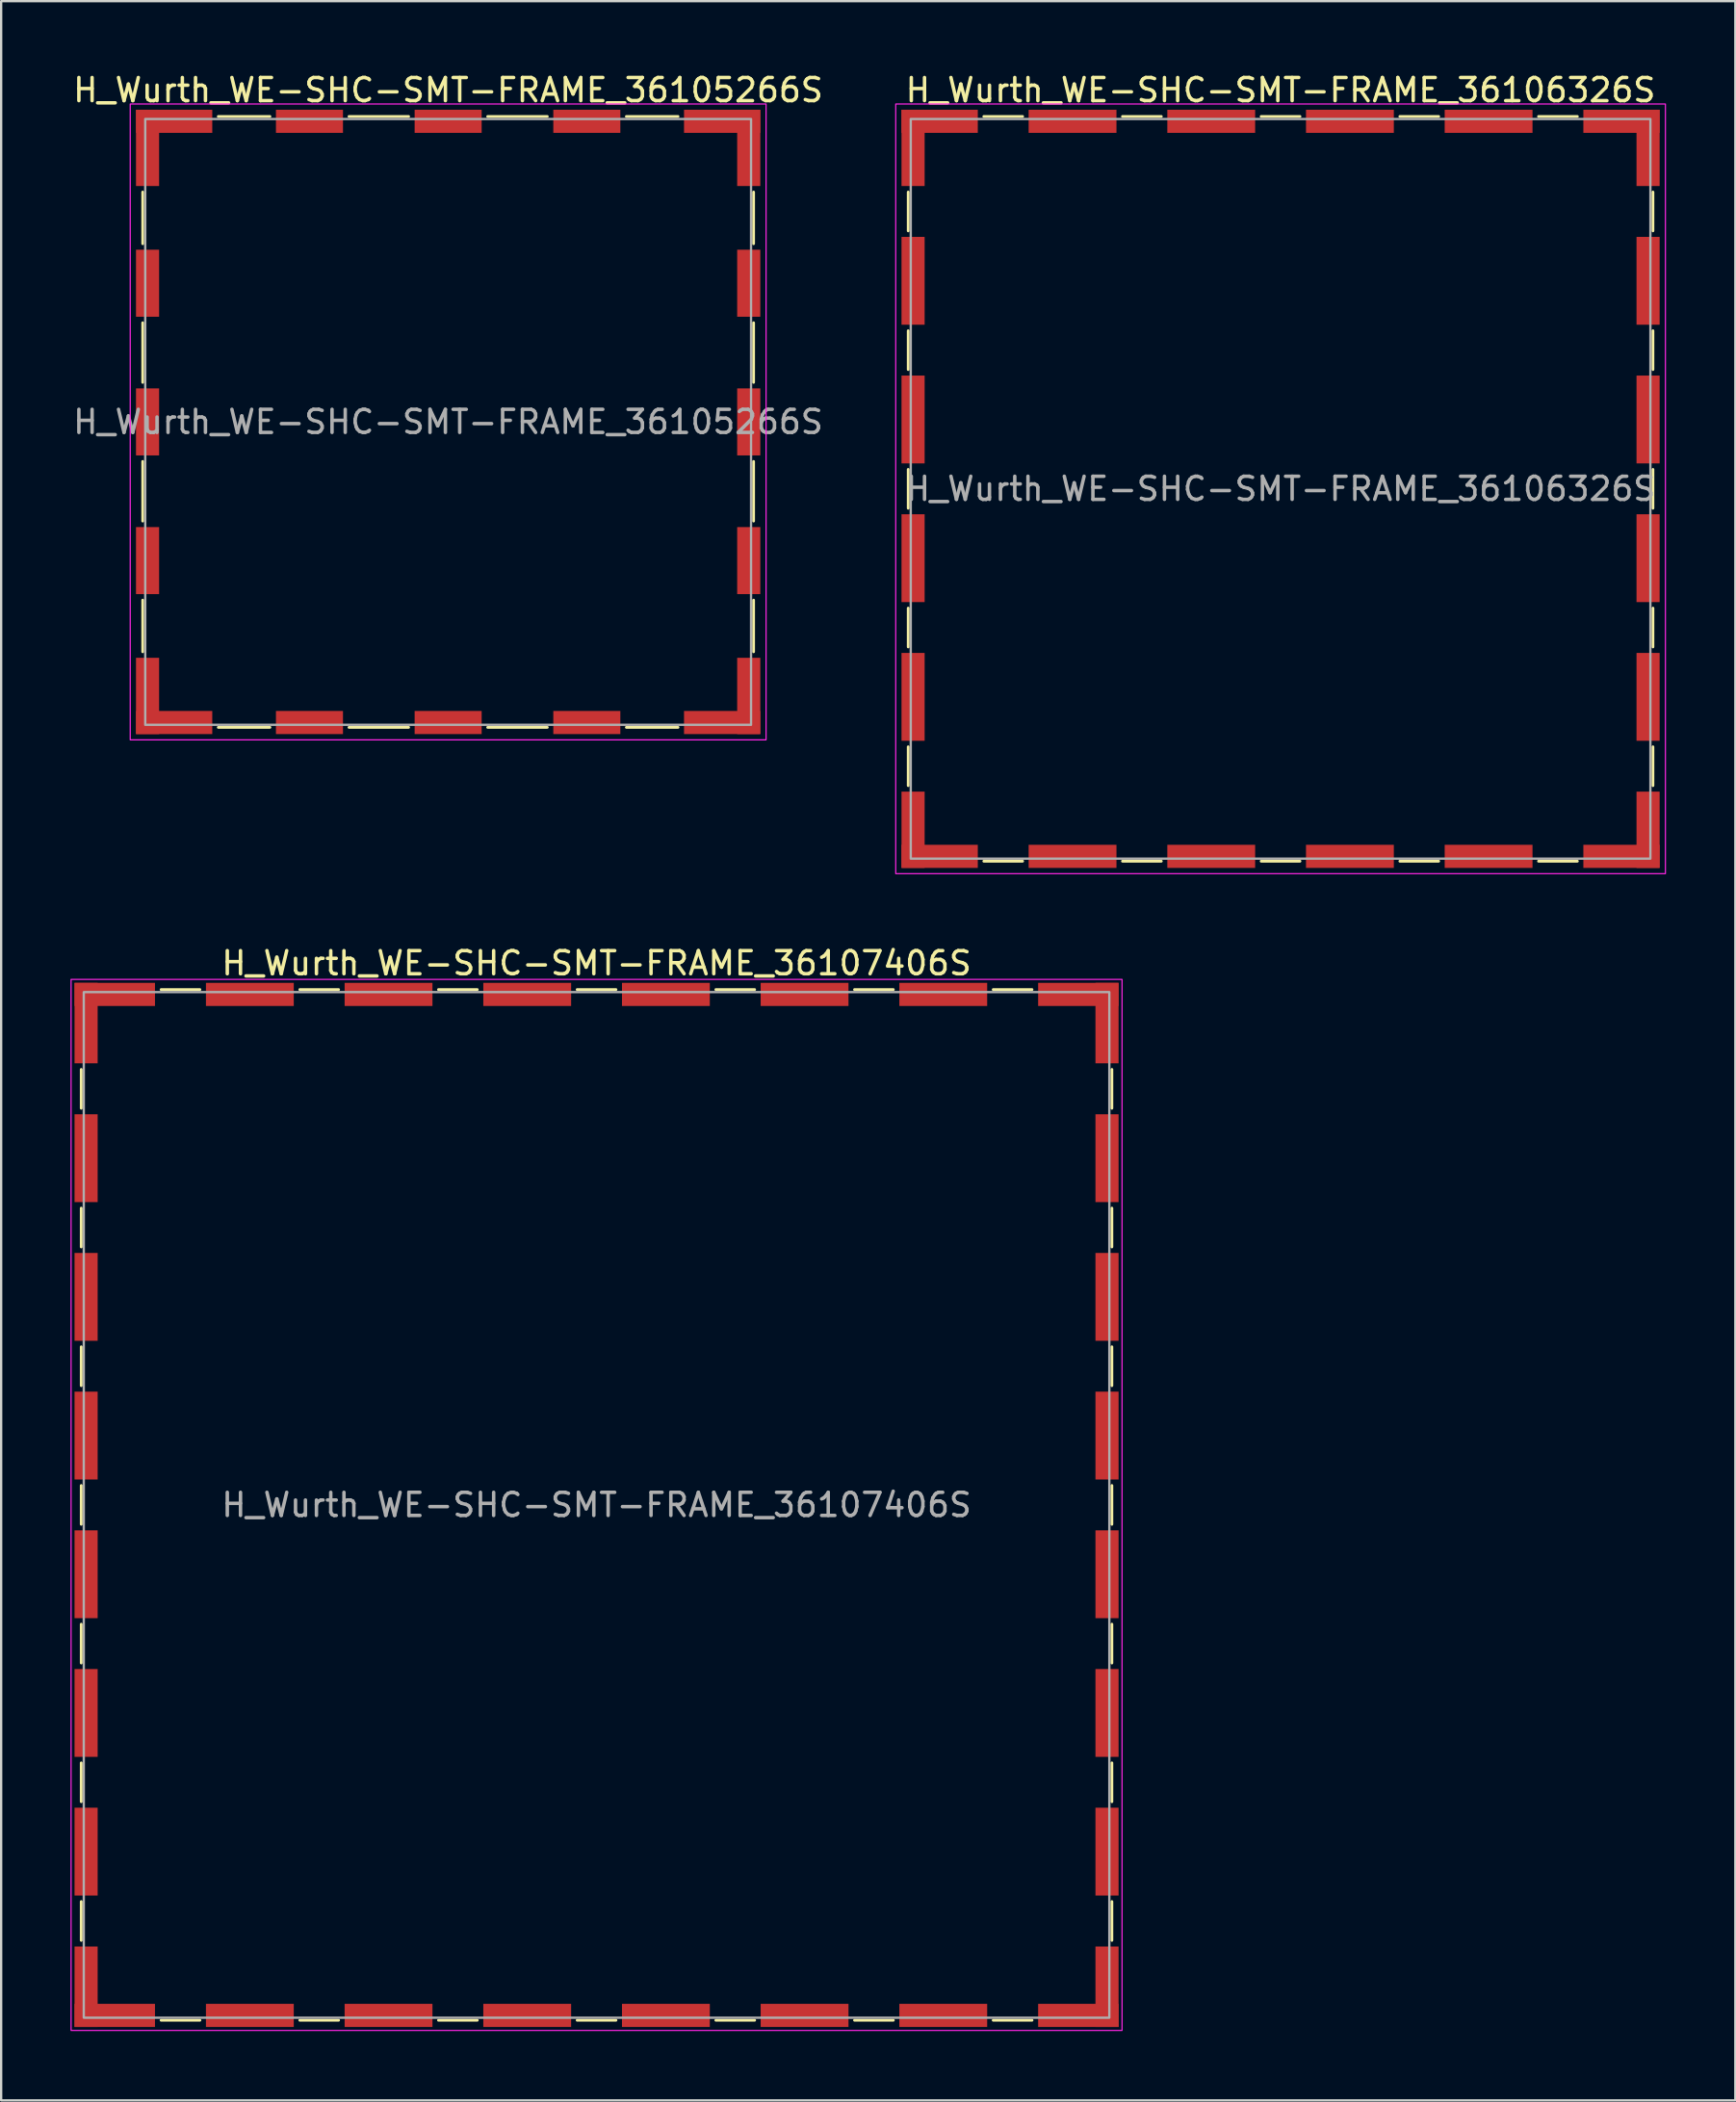
<source format=kicad_pcb>
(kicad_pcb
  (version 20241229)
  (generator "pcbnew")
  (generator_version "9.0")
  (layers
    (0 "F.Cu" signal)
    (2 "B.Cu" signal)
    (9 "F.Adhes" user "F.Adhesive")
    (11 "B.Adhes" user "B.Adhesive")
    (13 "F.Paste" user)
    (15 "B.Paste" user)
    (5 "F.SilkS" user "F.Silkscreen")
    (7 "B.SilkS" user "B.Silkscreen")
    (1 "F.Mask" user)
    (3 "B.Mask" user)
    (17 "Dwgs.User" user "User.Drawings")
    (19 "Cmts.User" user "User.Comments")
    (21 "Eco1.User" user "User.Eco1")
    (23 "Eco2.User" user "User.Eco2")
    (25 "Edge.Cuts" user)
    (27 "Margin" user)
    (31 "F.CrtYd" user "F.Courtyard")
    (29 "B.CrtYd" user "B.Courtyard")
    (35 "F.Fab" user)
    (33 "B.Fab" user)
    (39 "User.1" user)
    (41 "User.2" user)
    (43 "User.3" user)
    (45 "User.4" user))
  (footprint "H_Wurth_WE-SHC-SMT-FRAME_36106326S"
    (layer "F.Cu")
    (at 52.354 18.098)
    (property "Reference" "H_Wurth_WE-SHC-SMT-FRAME_36106326S" (at 0 -17.25 0) (unlocked yes) (layer "F.SilkS") (effects (font (size 1 1) (thickness 0.15))))
    (attr smd)
    (fp_line (start -16.11 -12.84) (end -16.11 -11.16) (stroke (width 0.12) (type default)) (layer "F.SilkS"))
    (fp_line (start -16.11 -6.84) (end -16.11 -5.16) (stroke (width 0.12) (type default)) (layer "F.SilkS"))
    (fp_line (start -16.11 -0.84) (end -16.11 0.84) (stroke (width 0.12) (type default)) (layer "F.SilkS"))
    (fp_line (start -16.11 5.16) (end -16.11 6.84) (stroke (width 0.12) (type default)) (layer "F.SilkS"))
    (fp_line (start -16.11 11.16) (end -16.11 12.84) (stroke (width 0.12) (type default)) (layer "F.SilkS"))
    (fp_line (start -12.84 -16.11) (end -11.16 -16.11) (stroke (width 0.12) (type default)) (layer "F.SilkS"))
    (fp_line (start -12.84 16.11) (end -11.16 16.11) (stroke (width 0.12) (type default)) (layer "F.SilkS"))
    (fp_line (start -6.84 -16.11) (end -5.16 -16.11) (stroke (width 0.12) (type default)) (layer "F.SilkS"))
    (fp_line (start -6.84 16.11) (end -5.16 16.11) (stroke (width 0.12) (type default)) (layer "F.SilkS"))
    (fp_line (start -0.84 -16.11) (end 0.84 -16.11) (stroke (width 0.12) (type default)) (layer "F.SilkS"))
    (fp_line (start -0.84 16.11) (end 0.84 16.11) (stroke (width 0.12) (type default)) (layer "F.SilkS"))
    (fp_line (start 5.16 -16.11) (end 6.84 -16.11) (stroke (width 0.12) (type default)) (layer "F.SilkS"))
    (fp_line (start 5.16 16.11) (end 6.84 16.11) (stroke (width 0.12) (type default)) (layer "F.SilkS"))
    (fp_line (start 11.16 -16.11) (end 12.84 -16.11) (stroke (width 0.12) (type default)) (layer "F.SilkS"))
    (fp_line (start 11.16 16.11) (end 12.84 16.11) (stroke (width 0.12) (type default)) (layer "F.SilkS"))
    (fp_line (start 16.11 -12.84) (end 16.11 -11.16) (stroke (width 0.12) (type default)) (layer "F.SilkS"))
    (fp_line (start 16.11 -6.84) (end 16.11 -5.16) (stroke (width 0.12) (type default)) (layer "F.SilkS"))
    (fp_line (start 16.11 -0.84) (end 16.11 0.84) (stroke (width 0.12) (type default)) (layer "F.SilkS"))
    (fp_line (start 16.11 5.16) (end 16.11 6.84) (stroke (width 0.12) (type default)) (layer "F.SilkS"))
    (fp_line (start 16.11 11.16) (end 16.11 12.84) (stroke (width 0.12) (type default)) (layer "F.SilkS"))
    (fp_rect (start -16.65 -16.65) (end 16.65 16.65) (stroke (width 0.05) (type solid)) (fill no) (layer "F.CrtYd"))
    (fp_rect (start -16 -16) (end 16 16) (stroke (width 0.1) (type solid)) (fill no) (layer "F.Fab"))
    (fp_text user "${REFERENCE}" (at 0 0 0) (unlocked yes) (layer "F.Fab") (effects (font (size 1 1) (thickness 0.15))))
    (pad "1" smd rect (at -15.9 -14.75 90) (size 3.3 1) (layers "F.Cu" "F.Mask" "F.Paste"))
    (pad "1" smd rect (at -15.9 -9 90) (size 3.8 1) (layers "F.Cu" "F.Mask" "F.Paste"))
    (pad "1" smd rect (at -15.9 -3 90) (size 3.8 1) (layers "F.Cu" "F.Mask" "F.Paste"))
    (pad "1" smd rect (at -15.9 3 90) (size 3.8 1) (layers "F.Cu" "F.Mask" "F.Paste"))
    (pad "1" smd rect (at -15.9 9 90) (size 3.8 1) (layers "F.Cu" "F.Mask" "F.Paste"))
    (pad "1" smd rect (at -15.9 14.75 90) (size 3.3 1) (layers "F.Cu" "F.Mask" "F.Paste"))
    (pad "1" smd rect (at -14.75 -15.9) (size 3.3 1) (layers "F.Cu" "F.Mask" "F.Paste"))
    (pad "1" smd rect (at -14.75 15.9) (size 3.3 1) (layers "F.Cu" "F.Mask" "F.Paste"))
    (pad "1" smd rect (at -9 -15.9) (size 3.8 1) (layers "F.Cu" "F.Mask" "F.Paste"))
    (pad "1" smd rect (at -9 15.9) (size 3.8 1) (layers "F.Cu" "F.Mask" "F.Paste"))
    (pad "1" smd rect (at -3 -15.9) (size 3.8 1) (layers "F.Cu" "F.Mask" "F.Paste"))
    (pad "1" smd rect (at -3 15.9) (size 3.8 1) (layers "F.Cu" "F.Mask" "F.Paste"))
    (pad "1" smd rect (at 3 -15.9) (size 3.8 1) (layers "F.Cu" "F.Mask" "F.Paste"))
    (pad "1" smd rect (at 3 15.9) (size 3.8 1) (layers "F.Cu" "F.Mask" "F.Paste"))
    (pad "1" smd rect (at 9 -15.9) (size 3.8 1) (layers "F.Cu" "F.Mask" "F.Paste"))
    (pad "1" smd rect (at 9 15.9) (size 3.8 1) (layers "F.Cu" "F.Mask" "F.Paste"))
    (pad "1" smd rect (at 14.75 -15.9) (size 3.3 1) (layers "F.Cu" "F.Mask" "F.Paste"))
    (pad "1" smd rect (at 14.75 15.9) (size 3.3 1) (layers "F.Cu" "F.Mask" "F.Paste"))
    (pad "1" smd rect (at 15.9 -14.75 90) (size 3.3 1) (layers "F.Cu" "F.Mask" "F.Paste"))
    (pad "1" smd rect (at 15.9 -9 90) (size 3.8 1) (layers "F.Cu" "F.Mask" "F.Paste"))
    (pad "1" smd rect (at 15.9 -3 90) (size 3.8 1) (layers "F.Cu" "F.Mask" "F.Paste"))
    (pad "1" smd rect (at 15.9 3 90) (size 3.8 1) (layers "F.Cu" "F.Mask" "F.Paste"))
    (pad "1" smd rect (at 15.9 9 90) (size 3.8 1) (layers "F.Cu" "F.Mask" "F.Paste"))
    (pad "1" smd rect (at 15.9 14.75 90) (size 3.3 1) (layers "F.Cu" "F.Mask" "F.Paste")))
  (footprint "H_Wurth_WE-SHC-SMT-FRAME_36105266S"
    (layer "F.Cu")
    (at 16.339 15.203)
    (property "Reference" "H_Wurth_WE-SHC-SMT-FRAME_36105266S" (at 0 -14.355 0) (unlocked yes) (layer "F.SilkS") (effects (font (size 1 1) (thickness 0.15))))
    (attr smd)
    (fp_line (start -13.215 -7.71) (end -13.215 -9.945) (stroke (width 0.12) (type default)) (layer "F.SilkS"))
    (fp_line (start -13.215 -1.71) (end -13.215 -4.29) (stroke (width 0.12) (type default)) (layer "F.SilkS"))
    (fp_line (start -13.215 4.29) (end -13.215 1.71) (stroke (width 0.12) (type default)) (layer "F.SilkS"))
    (fp_line (start -13.215 9.945) (end -13.215 7.71) (stroke (width 0.12) (type default)) (layer "F.SilkS"))
    (fp_line (start -9.945 -13.215) (end -7.71 -13.215) (stroke (width 0.12) (type default)) (layer "F.SilkS"))
    (fp_line (start -9.945 13.215) (end -7.71 13.215) (stroke (width 0.12) (type default)) (layer "F.SilkS"))
    (fp_line (start -4.29 -13.215) (end -1.71 -13.215) (stroke (width 0.12) (type default)) (layer "F.SilkS"))
    (fp_line (start -4.29 13.215) (end -1.71 13.215) (stroke (width 0.12) (type default)) (layer "F.SilkS"))
    (fp_line (start 1.71 -13.215) (end 4.29 -13.215) (stroke (width 0.12) (type default)) (layer "F.SilkS"))
    (fp_line (start 1.71 13.215) (end 4.29 13.215) (stroke (width 0.12) (type default)) (layer "F.SilkS"))
    (fp_line (start 7.71 -13.215) (end 9.945 -13.215) (stroke (width 0.12) (type default)) (layer "F.SilkS"))
    (fp_line (start 7.71 13.215) (end 9.945 13.215) (stroke (width 0.12) (type default)) (layer "F.SilkS"))
    (fp_line (start 13.215 -7.71) (end 13.215 -9.945) (stroke (width 0.12) (type default)) (layer "F.SilkS"))
    (fp_line (start 13.215 -1.71) (end 13.215 -4.29) (stroke (width 0.12) (type default)) (layer "F.SilkS"))
    (fp_line (start 13.215 4.29) (end 13.215 1.71) (stroke (width 0.12) (type default)) (layer "F.SilkS"))
    (fp_line (start 13.215 9.945) (end 13.215 7.71) (stroke (width 0.12) (type default)) (layer "F.SilkS"))
    (fp_rect (start -13.755 -13.755) (end 13.755 13.755) (stroke (width 0.05) (type solid)) (fill no) (layer "F.CrtYd"))
    (fp_rect (start -13.105 -13.105) (end 13.105 13.105) (stroke (width 0.1) (type solid)) (fill no) (layer "F.Fab"))
    (fp_text user "${REFERENCE}" (at 0 0 0) (unlocked yes) (layer "F.Fab") (effects (font (size 1 1) (thickness 0.15))))
    (pad "1" smd rect (at -13.005 -11.855 90) (size 3.3 1) (layers "F.Cu" "F.Mask" "F.Paste"))
    (pad "1" smd rect (at -13.005 -6 90) (size 2.9 1) (layers "F.Cu" "F.Mask" "F.Paste"))
    (pad "1" smd rect (at -13.005 0 90) (size 2.9 1) (layers "F.Cu" "F.Mask" "F.Paste"))
    (pad "1" smd rect (at -13.005 6 90) (size 2.9 1) (layers "F.Cu" "F.Mask" "F.Paste"))
    (pad "1" smd rect (at -13.005 11.855 90) (size 3.3 1) (layers "F.Cu" "F.Mask" "F.Paste"))
    (pad "1" smd rect (at -11.855 -13.005) (size 3.3 1) (layers "F.Cu" "F.Mask" "F.Paste"))
    (pad "1" smd rect (at -11.855 13.005) (size 3.3 1) (layers "F.Cu" "F.Mask" "F.Paste"))
    (pad "1" smd rect (at -6 -13.005) (size 2.9 1) (layers "F.Cu" "F.Mask" "F.Paste"))
    (pad "1" smd rect (at -6 13.005) (size 2.9 1) (layers "F.Cu" "F.Mask" "F.Paste"))
    (pad "1" smd rect (at 0 -13.005) (size 2.9 1) (layers "F.Cu" "F.Mask" "F.Paste"))
    (pad "1" smd rect (at 0 13.005) (size 2.9 1) (layers "F.Cu" "F.Mask" "F.Paste"))
    (pad "1" smd rect (at 6 -13.005) (size 2.9 1) (layers "F.Cu" "F.Mask" "F.Paste"))
    (pad "1" smd rect (at 6 13.005) (size 2.9 1) (layers "F.Cu" "F.Mask" "F.Paste"))
    (pad "1" smd rect (at 11.855 -13.005) (size 3.3 1) (layers "F.Cu" "F.Mask" "F.Paste"))
    (pad "1" smd rect (at 11.855 13.005) (size 3.3 1) (layers "F.Cu" "F.Mask" "F.Paste"))
    (pad "1" smd rect (at 13.005 -11.855 90) (size 3.3 1) (layers "F.Cu" "F.Mask" "F.Paste"))
    (pad "1" smd rect (at 13.005 -6 90) (size 2.9 1) (layers "F.Cu" "F.Mask" "F.Paste"))
    (pad "1" smd rect (at 13.005 0 90) (size 2.9 1) (layers "F.Cu" "F.Mask" "F.Paste"))
    (pad "1" smd rect (at 13.005 6 90) (size 2.9 1) (layers "F.Cu" "F.Mask" "F.Paste"))
    (pad "1" smd rect (at 13.005 11.855 90) (size 3.3 1) (layers "F.Cu" "F.Mask" "F.Paste")))
  (footprint "H_Wurth_WE-SHC-SMT-FRAME_36107406S"
    (layer "F.Cu")
    (at 22.76 62.056)
    (property "Reference" "H_Wurth_WE-SHC-SMT-FRAME_36107406S" (at 0 -23.435 0) (unlocked yes) (layer "F.SilkS") (effects (font (size 1 1) (thickness 0.15))))
    (attr smd)
    (fp_line (start -22.295 -17.16) (end -22.295 -18.84) (stroke (width 0.12) (type default)) (layer "F.SilkS"))
    (fp_line (start -22.295 -11.16) (end -22.295 -12.84) (stroke (width 0.12) (type default)) (layer "F.SilkS"))
    (fp_line (start -22.295 -5.16) (end -22.295 -6.84) (stroke (width 0.12) (type default)) (layer "F.SilkS"))
    (fp_line (start -22.295 0.84) (end -22.295 -0.84) (stroke (width 0.12) (type default)) (layer "F.SilkS"))
    (fp_line (start -22.295 6.84) (end -22.295 5.16) (stroke (width 0.12) (type default)) (layer "F.SilkS"))
    (fp_line (start -22.295 12.84) (end -22.295 11.16) (stroke (width 0.12) (type default)) (layer "F.SilkS"))
    (fp_line (start -22.295 18.84) (end -22.295 17.16) (stroke (width 0.12) (type default)) (layer "F.SilkS"))
    (fp_line (start -18.84 -22.295) (end -17.16 -22.295) (stroke (width 0.12) (type default)) (layer "F.SilkS"))
    (fp_line (start -18.84 22.295) (end -17.16 22.295) (stroke (width 0.12) (type default)) (layer "F.SilkS"))
    (fp_line (start -12.84 -22.295) (end -11.16 -22.295) (stroke (width 0.12) (type default)) (layer "F.SilkS"))
    (fp_line (start -12.84 22.295) (end -11.16 22.295) (stroke (width 0.12) (type default)) (layer "F.SilkS"))
    (fp_line (start -6.84 -22.295) (end -5.16 -22.295) (stroke (width 0.12) (type default)) (layer "F.SilkS"))
    (fp_line (start -6.84 22.295) (end -5.16 22.295) (stroke (width 0.12) (type default)) (layer "F.SilkS"))
    (fp_line (start -0.84 -22.295) (end 0.84 -22.295) (stroke (width 0.12) (type default)) (layer "F.SilkS"))
    (fp_line (start -0.84 22.295) (end 0.84 22.295) (stroke (width 0.12) (type default)) (layer "F.SilkS"))
    (fp_line (start 5.16 -22.295) (end 6.84 -22.295) (stroke (width 0.12) (type default)) (layer "F.SilkS"))
    (fp_line (start 5.16 22.295) (end 6.84 22.295) (stroke (width 0.12) (type default)) (layer "F.SilkS"))
    (fp_line (start 11.16 -22.295) (end 12.84 -22.295) (stroke (width 0.12) (type default)) (layer "F.SilkS"))
    (fp_line (start 11.16 22.295) (end 12.84 22.295) (stroke (width 0.12) (type default)) (layer "F.SilkS"))
    (fp_line (start 17.16 -22.295) (end 18.84 -22.295) (stroke (width 0.12) (type default)) (layer "F.SilkS"))
    (fp_line (start 17.16 22.295) (end 18.84 22.295) (stroke (width 0.12) (type default)) (layer "F.SilkS"))
    (fp_line (start 22.295 -17.16) (end 22.295 -18.84) (stroke (width 0.12) (type default)) (layer "F.SilkS"))
    (fp_line (start 22.295 -11.16) (end 22.295 -12.84) (stroke (width 0.12) (type default)) (layer "F.SilkS"))
    (fp_line (start 22.295 -5.16) (end 22.295 -6.84) (stroke (width 0.12) (type default)) (layer "F.SilkS"))
    (fp_line (start 22.295 0.84) (end 22.295 -0.84) (stroke (width 0.12) (type default)) (layer "F.SilkS"))
    (fp_line (start 22.295 6.84) (end 22.295 5.16) (stroke (width 0.12) (type default)) (layer "F.SilkS"))
    (fp_line (start 22.295 12.84) (end 22.295 11.16) (stroke (width 0.12) (type default)) (layer "F.SilkS"))
    (fp_line (start 22.295 18.84) (end 22.295 17.16) (stroke (width 0.12) (type default)) (layer "F.SilkS"))
    (fp_rect (start -22.735 -22.735) (end 22.735 22.735) (stroke (width 0.05) (type solid)) (fill no) (layer "F.CrtYd"))
    (fp_rect (start -22.185 -22.185) (end 22.185 22.185) (stroke (width 0.1) (type solid)) (fill no) (layer "F.Fab"))
    (fp_text user "${REFERENCE}" (at 0 0 0) (unlocked yes) (layer "F.Fab") (effects (font (size 1 1) (thickness 0.15))))
    (pad "1" smd rect (at -22.085 -20.845 90) (size 3.48 1) (layers "F.Cu" "F.Mask" "F.Paste"))
    (pad "1" smd rect (at -22.085 -15 90) (size 3.8 1) (layers "F.Cu" "F.Mask" "F.Paste"))
    (pad "1" smd rect (at -22.085 -9 90) (size 3.8 1) (layers "F.Cu" "F.Mask" "F.Paste"))
    (pad "1" smd rect (at -22.085 -3 90) (size 3.8 1) (layers "F.Cu" "F.Mask" "F.Paste"))
    (pad "1" smd rect (at -22.085 3 90) (size 3.8 1) (layers "F.Cu" "F.Mask" "F.Paste"))
    (pad "1" smd rect (at -22.085 9 90) (size 3.8 1) (layers "F.Cu" "F.Mask" "F.Paste"))
    (pad "1" smd rect (at -22.085 15 90) (size 3.8 1) (layers "F.Cu" "F.Mask" "F.Paste"))
    (pad "1" smd rect (at -22.085 20.845 90) (size 3.48 1) (layers "F.Cu" "F.Mask" "F.Paste"))
    (pad "1" smd rect (at -20.845 -22.085) (size 3.48 1) (layers "F.Cu" "F.Mask" "F.Paste"))
    (pad "1" smd rect (at -20.845 22.085) (size 3.48 1) (layers "F.Cu" "F.Mask" "F.Paste"))
    (pad "1" smd rect (at -15 -22.085) (size 3.8 1) (layers "F.Cu" "F.Mask" "F.Paste"))
    (pad "1" smd rect (at -15 22.085) (size 3.8 1) (layers "F.Cu" "F.Mask" "F.Paste"))
    (pad "1" smd rect (at -9 -22.085) (size 3.8 1) (layers "F.Cu" "F.Mask" "F.Paste"))
    (pad "1" smd rect (at -9 22.085) (size 3.8 1) (layers "F.Cu" "F.Mask" "F.Paste"))
    (pad "1" smd rect (at -3 -22.085) (size 3.8 1) (layers "F.Cu" "F.Mask" "F.Paste"))
    (pad "1" smd rect (at -3 22.085) (size 3.8 1) (layers "F.Cu" "F.Mask" "F.Paste"))
    (pad "1" smd rect (at 3 -22.085) (size 3.8 1) (layers "F.Cu" "F.Mask" "F.Paste"))
    (pad "1" smd rect (at 3 22.085) (size 3.8 1) (layers "F.Cu" "F.Mask" "F.Paste"))
    (pad "1" smd rect (at 9 -22.085) (size 3.8 1) (layers "F.Cu" "F.Mask" "F.Paste"))
    (pad "1" smd rect (at 9 22.085) (size 3.8 1) (layers "F.Cu" "F.Mask" "F.Paste"))
    (pad "1" smd rect (at 15 -22.085) (size 3.8 1) (layers "F.Cu" "F.Mask" "F.Paste"))
    (pad "1" smd rect (at 15 22.085) (size 3.8 1) (layers "F.Cu" "F.Mask" "F.Paste"))
    (pad "1" smd rect (at 20.845 -22.085) (size 3.48 1) (layers "F.Cu" "F.Mask" "F.Paste"))
    (pad "1" smd rect (at 20.845 22.085) (size 3.48 1) (layers "F.Cu" "F.Mask" "F.Paste"))
    (pad "1" smd rect (at 22.085 -20.845 90) (size 3.48 1) (layers "F.Cu" "F.Mask" "F.Paste"))
    (pad "1" smd rect (at 22.085 -15 90) (size 3.8 1) (layers "F.Cu" "F.Mask" "F.Paste"))
    (pad "1" smd rect (at 22.085 -9 90) (size 3.8 1) (layers "F.Cu" "F.Mask" "F.Paste"))
    (pad "1" smd rect (at 22.085 -3 90) (size 3.8 1) (layers "F.Cu" "F.Mask" "F.Paste"))
    (pad "1" smd rect (at 22.085 3 90) (size 3.8 1) (layers "F.Cu" "F.Mask" "F.Paste"))
    (pad "1" smd rect (at 22.085 9 90) (size 3.8 1) (layers "F.Cu" "F.Mask" "F.Paste"))
    (pad "1" smd rect (at 22.085 15 90) (size 3.8 1) (layers "F.Cu" "F.Mask" "F.Paste"))
    (pad "1" smd rect (at 22.085 20.845 90) (size 3.48 1) (layers "F.Cu" "F.Mask" "F.Paste")))
  (gr_rect
    (start -3 -3)
    (end 72.029 87.817)
    (stroke (width 0.1) (type default))
    (fill no)
    (layer "Edge.Cuts")))
</source>
